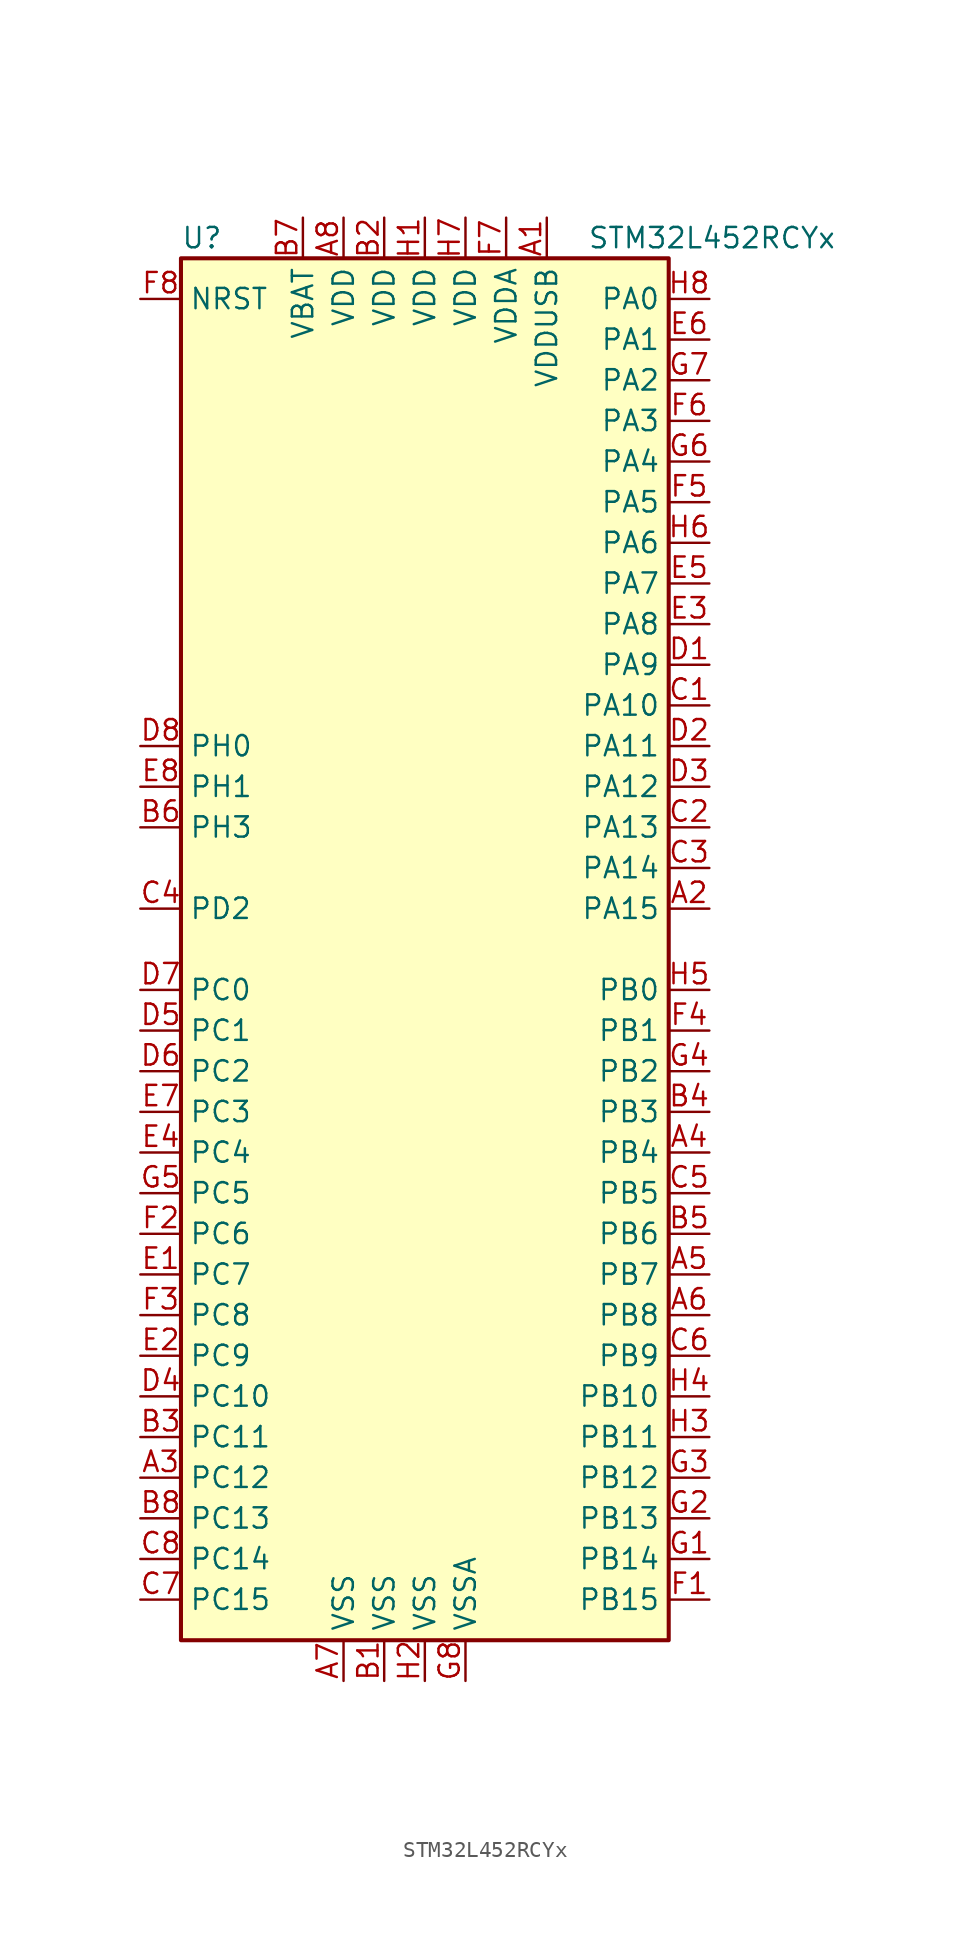
<source format=kicad_sym>
(kicad_symbol_lib
  (version 20220914)
  (generator kicad_symbol_editor)
  (symbol "STM32L452RCYx"
    (property "Reference" "U"
      (at -15.24 44.45 0)
      (effects (font (size 1.27 1.27)) (justify left)))
    (property "Value" "STM32L452RCYx"
      (at 10.16 44.45 0)
      (effects (font (size 1.27 1.27)) (justify left)))
    (symbol "STM32L452RCYx_0_1"
      (rectangle (start -15.24 -43.18) (end 15.24 43.18) (stroke (width 0.254) (type default)) (fill (type background))))
    (symbol "STM32L452RCYx_1_1"
      (pin power_in line (at 7.62 45.72 270) (length 2.54) (name "VDDUSB" (effects (font (size 1.27 1.27)))) (number "A1" (effects (font (size 1.27 1.27)))))
      (pin bidirectional line (at 17.78 2.54 180) (length 2.54) (name "PA15" (effects (font (size 1.27 1.27)))) (number "A2" (effects (font (size 1.27 1.27)))))
      (pin bidirectional line (at -17.78 -33.02 0) (length 2.54) (name "PC12" (effects (font (size 1.27 1.27)))) (number "A3" (effects (font (size 1.27 1.27)))))
      (pin bidirectional line (at 17.78 -12.7 180) (length 2.54) (name "PB4" (effects (font (size 1.27 1.27)))) (number "A4" (effects (font (size 1.27 1.27)))))
      (pin bidirectional line (at 17.78 -20.32 180) (length 2.54) (name "PB7" (effects (font (size 1.27 1.27)))) (number "A5" (effects (font (size 1.27 1.27)))))
      (pin bidirectional line (at 17.78 -22.86 180) (length 2.54) (name "PB8" (effects (font (size 1.27 1.27)))) (number "A6" (effects (font (size 1.27 1.27)))))
      (pin power_in line (at -5.08 -45.72 90) (length 2.54) (name "VSS" (effects (font (size 1.27 1.27)))) (number "A7" (effects (font (size 1.27 1.27)))))
      (pin power_in line (at -5.08 45.72 270) (length 2.54) (name "VDD" (effects (font (size 1.27 1.27)))) (number "A8" (effects (font (size 1.27 1.27)))))
      (pin power_in line (at -2.54 -45.72 90) (length 2.54) (name "VSS" (effects (font (size 1.27 1.27)))) (number "B1" (effects (font (size 1.27 1.27)))))
      (pin power_in line (at -2.54 45.72 270) (length 2.54) (name "VDD" (effects (font (size 1.27 1.27)))) (number "B2" (effects (font (size 1.27 1.27)))))
      (pin bidirectional line (at -17.78 -30.48 0) (length 2.54) (name "PC11" (effects (font (size 1.27 1.27)))) (number "B3" (effects (font (size 1.27 1.27)))))
      (pin bidirectional line (at 17.78 -10.16 180) (length 2.54) (name "PB3" (effects (font (size 1.27 1.27)))) (number "B4" (effects (font (size 1.27 1.27)))))
      (pin bidirectional line (at 17.78 -17.78 180) (length 2.54) (name "PB6" (effects (font (size 1.27 1.27)))) (number "B5" (effects (font (size 1.27 1.27)))))
      (pin bidirectional line (at -17.78 7.62 0) (length 2.54) (name "PH3" (effects (font (size 1.27 1.27)))) (number "B6" (effects (font (size 1.27 1.27)))))
      (pin power_in line (at -7.62 45.72 270) (length 2.54) (name "VBAT" (effects (font (size 1.27 1.27)))) (number "B7" (effects (font (size 1.27 1.27)))))
      (pin bidirectional line (at -17.78 -35.56 0) (length 2.54) (name "PC13" (effects (font (size 1.27 1.27)))) (number "B8" (effects (font (size 1.27 1.27)))))
      (pin bidirectional line (at 17.78 15.24 180) (length 2.54) (name "PA10" (effects (font (size 1.27 1.27)))) (number "C1" (effects (font (size 1.27 1.27)))))
      (pin bidirectional line (at 17.78 7.62 180) (length 2.54) (name "PA13" (effects (font (size 1.27 1.27)))) (number "C2" (effects (font (size 1.27 1.27)))))
      (pin bidirectional line (at 17.78 5.08 180) (length 2.54) (name "PA14" (effects (font (size 1.27 1.27)))) (number "C3" (effects (font (size 1.27 1.27)))))
      (pin bidirectional line (at -17.78 2.54 0) (length 2.54) (name "PD2" (effects (font (size 1.27 1.27)))) (number "C4" (effects (font (size 1.27 1.27)))))
      (pin bidirectional line (at 17.78 -15.24 180) (length 2.54) (name "PB5" (effects (font (size 1.27 1.27)))) (number "C5" (effects (font (size 1.27 1.27)))))
      (pin bidirectional line (at 17.78 -25.4 180) (length 2.54) (name "PB9" (effects (font (size 1.27 1.27)))) (number "C6" (effects (font (size 1.27 1.27)))))
      (pin bidirectional line (at -17.78 -40.64 0) (length 2.54) (name "PC15" (effects (font (size 1.27 1.27)))) (number "C7" (effects (font (size 1.27 1.27)))))
      (pin bidirectional line (at -17.78 -38.1 0) (length 2.54) (name "PC14" (effects (font (size 1.27 1.27)))) (number "C8" (effects (font (size 1.27 1.27)))))
      (pin bidirectional line (at 17.78 17.78 180) (length 2.54) (name "PA9" (effects (font (size 1.27 1.27)))) (number "D1" (effects (font (size 1.27 1.27)))))
      (pin bidirectional line (at 17.78 12.7 180) (length 2.54) (name "PA11" (effects (font (size 1.27 1.27)))) (number "D2" (effects (font (size 1.27 1.27)))))
      (pin bidirectional line (at 17.78 10.16 180) (length 2.54) (name "PA12" (effects (font (size 1.27 1.27)))) (number "D3" (effects (font (size 1.27 1.27)))))
      (pin bidirectional line (at -17.78 -27.94 0) (length 2.54) (name "PC10" (effects (font (size 1.27 1.27)))) (number "D4" (effects (font (size 1.27 1.27)))))
      (pin bidirectional line (at -17.78 -5.08 0) (length 2.54) (name "PC1" (effects (font (size 1.27 1.27)))) (number "D5" (effects (font (size 1.27 1.27)))))
      (pin bidirectional line (at -17.78 -7.62 0) (length 2.54) (name "PC2" (effects (font (size 1.27 1.27)))) (number "D6" (effects (font (size 1.27 1.27)))))
      (pin bidirectional line (at -17.78 -2.54 0) (length 2.54) (name "PC0" (effects (font (size 1.27 1.27)))) (number "D7" (effects (font (size 1.27 1.27)))))
      (pin input line (at -17.78 12.7 0) (length 2.54) (name "PH0" (effects (font (size 1.27 1.27)))) (number "D8" (effects (font (size 1.27 1.27)))))
      (pin bidirectional line (at -17.78 -20.32 0) (length 2.54) (name "PC7" (effects (font (size 1.27 1.27)))) (number "E1" (effects (font (size 1.27 1.27)))))
      (pin bidirectional line (at -17.78 -25.4 0) (length 2.54) (name "PC9" (effects (font (size 1.27 1.27)))) (number "E2" (effects (font (size 1.27 1.27)))))
      (pin bidirectional line (at 17.78 20.32 180) (length 2.54) (name "PA8" (effects (font (size 1.27 1.27)))) (number "E3" (effects (font (size 1.27 1.27)))))
      (pin bidirectional line (at -17.78 -12.7 0) (length 2.54) (name "PC4" (effects (font (size 1.27 1.27)))) (number "E4" (effects (font (size 1.27 1.27)))))
      (pin bidirectional line (at 17.78 22.86 180) (length 2.54) (name "PA7" (effects (font (size 1.27 1.27)))) (number "E5" (effects (font (size 1.27 1.27)))))
      (pin bidirectional line (at 17.78 38.1 180) (length 2.54) (name "PA1" (effects (font (size 1.27 1.27)))) (number "E6" (effects (font (size 1.27 1.27)))))
      (pin bidirectional line (at -17.78 -10.16 0) (length 2.54) (name "PC3" (effects (font (size 1.27 1.27)))) (number "E7" (effects (font (size 1.27 1.27)))))
      (pin input line (at -17.78 10.16 0) (length 2.54) (name "PH1" (effects (font (size 1.27 1.27)))) (number "E8" (effects (font (size 1.27 1.27)))))
      (pin bidirectional line (at 17.78 -40.64 180) (length 2.54) (name "PB15" (effects (font (size 1.27 1.27)))) (number "F1" (effects (font (size 1.27 1.27)))))
      (pin bidirectional line (at -17.78 -17.78 0) (length 2.54) (name "PC6" (effects (font (size 1.27 1.27)))) (number "F2" (effects (font (size 1.27 1.27)))))
      (pin bidirectional line (at -17.78 -22.86 0) (length 2.54) (name "PC8" (effects (font (size 1.27 1.27)))) (number "F3" (effects (font (size 1.27 1.27)))))
      (pin bidirectional line (at 17.78 -5.08 180) (length 2.54) (name "PB1" (effects (font (size 1.27 1.27)))) (number "F4" (effects (font (size 1.27 1.27)))))
      (pin bidirectional line (at 17.78 27.94 180) (length 2.54) (name "PA5" (effects (font (size 1.27 1.27)))) (number "F5" (effects (font (size 1.27 1.27)))))
      (pin bidirectional line (at 17.78 33.02 180) (length 2.54) (name "PA3" (effects (font (size 1.27 1.27)))) (number "F6" (effects (font (size 1.27 1.27)))))
      (pin power_in line (at 5.08 45.72 270) (length 2.54) (name "VDDA" (effects (font (size 1.27 1.27)))) (number "F7" (effects (font (size 1.27 1.27)))))
      (pin input line (at -17.78 40.64 0) (length 2.54) (name "NRST" (effects (font (size 1.27 1.27)))) (number "F8" (effects (font (size 1.27 1.27)))))
      (pin bidirectional line (at 17.78 -38.1 180) (length 2.54) (name "PB14" (effects (font (size 1.27 1.27)))) (number "G1" (effects (font (size 1.27 1.27)))))
      (pin bidirectional line (at 17.78 -35.56 180) (length 2.54) (name "PB13" (effects (font (size 1.27 1.27)))) (number "G2" (effects (font (size 1.27 1.27)))))
      (pin bidirectional line (at 17.78 -33.02 180) (length 2.54) (name "PB12" (effects (font (size 1.27 1.27)))) (number "G3" (effects (font (size 1.27 1.27)))))
      (pin bidirectional line (at 17.78 -7.62 180) (length 2.54) (name "PB2" (effects (font (size 1.27 1.27)))) (number "G4" (effects (font (size 1.27 1.27)))))
      (pin bidirectional line (at -17.78 -15.24 0) (length 2.54) (name "PC5" (effects (font (size 1.27 1.27)))) (number "G5" (effects (font (size 1.27 1.27)))))
      (pin bidirectional line (at 17.78 30.48 180) (length 2.54) (name "PA4" (effects (font (size 1.27 1.27)))) (number "G6" (effects (font (size 1.27 1.27)))))
      (pin bidirectional line (at 17.78 35.56 180) (length 2.54) (name "PA2" (effects (font (size 1.27 1.27)))) (number "G7" (effects (font (size 1.27 1.27)))))
      (pin power_in line (at 2.54 -45.72 90) (length 2.54) (name "VSSA" (effects (font (size 1.27 1.27)))) (number "G8" (effects (font (size 1.27 1.27)))))
      (pin power_in line (at 0 45.72 270) (length 2.54) (name "VDD" (effects (font (size 1.27 1.27)))) (number "H1" (effects (font (size 1.27 1.27)))))
      (pin power_in line (at 0 -45.72 90) (length 2.54) (name "VSS" (effects (font (size 1.27 1.27)))) (number "H2" (effects (font (size 1.27 1.27)))))
      (pin bidirectional line (at 17.78 -30.48 180) (length 2.54) (name "PB11" (effects (font (size 1.27 1.27)))) (number "H3" (effects (font (size 1.27 1.27)))))
      (pin bidirectional line (at 17.78 -27.94 180) (length 2.54) (name "PB10" (effects (font (size 1.27 1.27)))) (number "H4" (effects (font (size 1.27 1.27)))))
      (pin bidirectional line (at 17.78 -2.54 180) (length 2.54) (name "PB0" (effects (font (size 1.27 1.27)))) (number "H5" (effects (font (size 1.27 1.27)))))
      (pin bidirectional line (at 17.78 25.4 180) (length 2.54) (name "PA6" (effects (font (size 1.27 1.27)))) (number "H6" (effects (font (size 1.27 1.27)))))
      (pin power_in line (at 2.54 45.72 270) (length 2.54) (name "VDD" (effects (font (size 1.27 1.27)))) (number "H7" (effects (font (size 1.27 1.27)))))
      (pin bidirectional line (at 17.78 40.64 180) (length 2.54) (name "PA0" (effects (font (size 1.27 1.27)))) (number "H8" (effects (font (size 1.27 1.27))))))))
</source>
